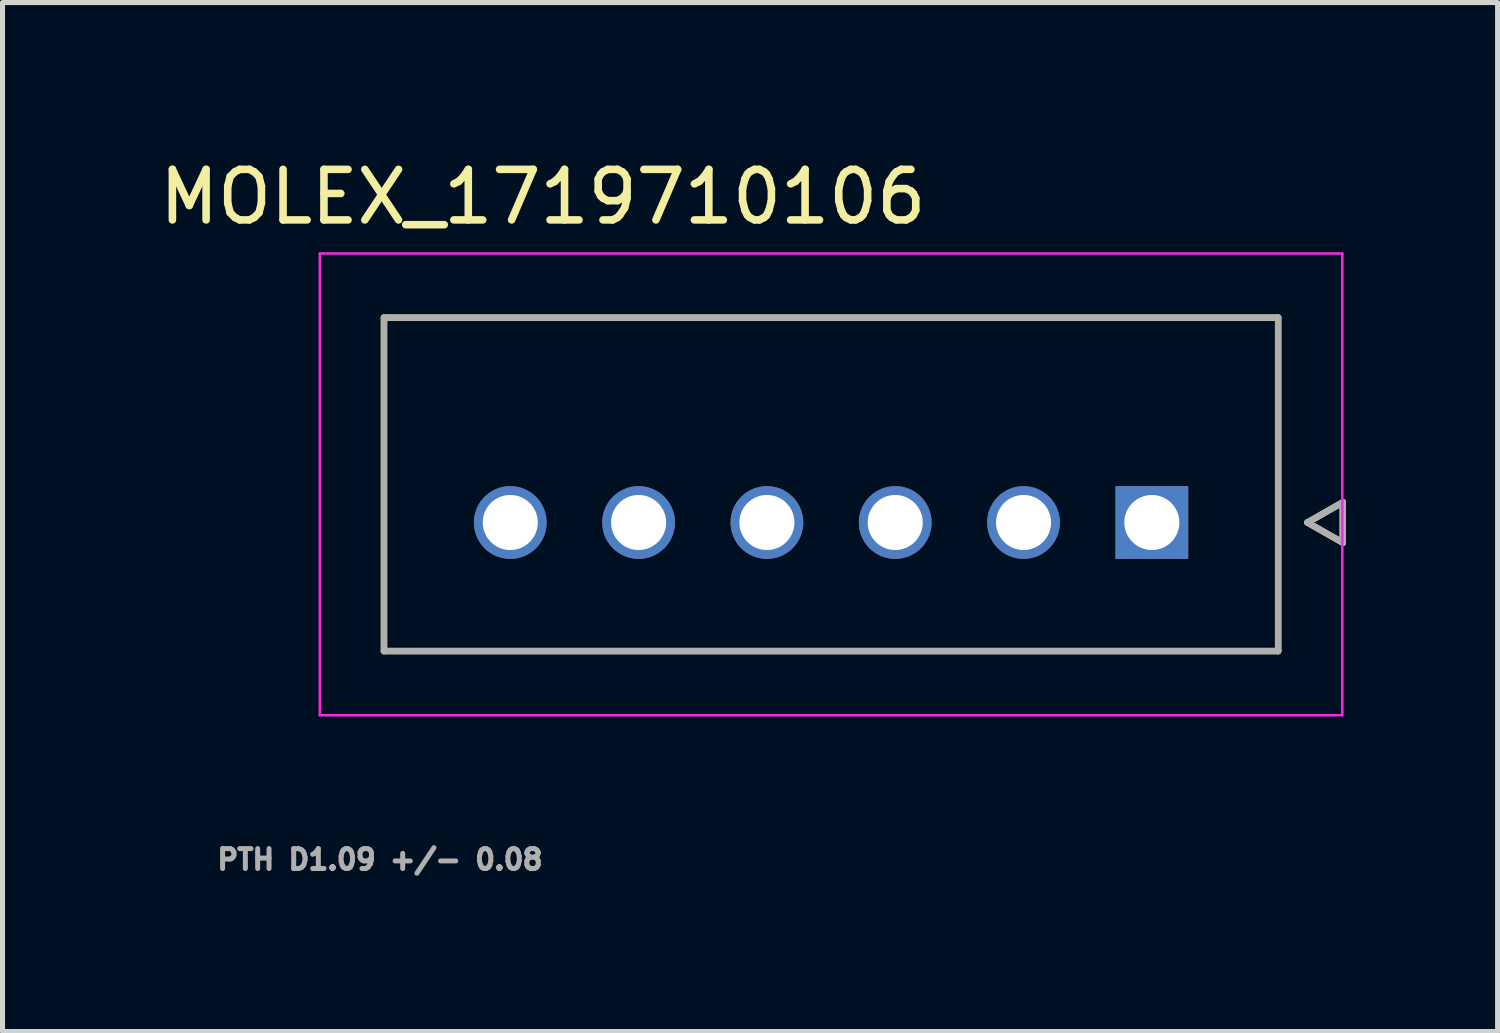
<source format=kicad_pcb>
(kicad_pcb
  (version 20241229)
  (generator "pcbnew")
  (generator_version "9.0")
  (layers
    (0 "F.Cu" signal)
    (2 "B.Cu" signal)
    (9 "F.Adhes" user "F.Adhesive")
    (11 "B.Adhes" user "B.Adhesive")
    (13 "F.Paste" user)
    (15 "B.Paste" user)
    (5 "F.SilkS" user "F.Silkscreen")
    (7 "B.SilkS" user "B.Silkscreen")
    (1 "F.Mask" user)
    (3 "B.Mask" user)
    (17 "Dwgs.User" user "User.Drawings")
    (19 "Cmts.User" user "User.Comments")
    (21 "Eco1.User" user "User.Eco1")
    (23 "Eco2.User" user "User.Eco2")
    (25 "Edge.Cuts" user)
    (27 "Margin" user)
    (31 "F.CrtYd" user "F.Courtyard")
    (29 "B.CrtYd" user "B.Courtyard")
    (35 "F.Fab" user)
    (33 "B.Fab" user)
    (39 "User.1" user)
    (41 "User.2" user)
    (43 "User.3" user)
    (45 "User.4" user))
  (footprint "MOLEX_1719710106"
    (layer "F.Cu")
    (at 19.751 7.293)
    (property "Reference" "MOLEX_1719710106" (at -12.055 -6.445 0) (layer "F.SilkS") (effects (font (size 1 1) (thickness 0.15))))
    (attr through_hole)
    (fp_circle (center -12.7 0) (end -12.302 0) (stroke (width 0.796) (type solid)) (fill no) (layer "F.Mask"))
    (fp_circle (center -10.16 0) (end -9.762 0) (stroke (width 0.796) (type solid)) (fill no) (layer "F.Mask"))
    (fp_circle (center -7.62 0) (end -7.222 0) (stroke (width 0.796) (type solid)) (fill no) (layer "F.Mask"))
    (fp_circle (center -5.08 0) (end -4.682 0) (stroke (width 0.796) (type solid)) (fill no) (layer "F.Mask"))
    (fp_circle (center -2.54 0) (end -2.142 0) (stroke (width 0.796) (type solid)) (fill no) (layer "F.Mask"))
    (fp_poly (pts (xy -0.796 -0.796) (xy 0.796 -0.796) (xy 0.796 0.796) (xy -0.796 0.796)) (stroke (width 0.01) (type solid)) (fill yes) (layer "F.Mask"))
    (fp_circle (center -12.7 0) (end -12.302 0) (stroke (width 0.796) (type solid)) (fill no) (layer "B.Mask"))
    (fp_circle (center -10.16 0) (end -9.762 0) (stroke (width 0.796) (type solid)) (fill no) (layer "B.Mask"))
    (fp_circle (center -7.62 0) (end -7.222 0) (stroke (width 0.796) (type solid)) (fill no) (layer "B.Mask"))
    (fp_circle (center -5.08 0) (end -4.682 0) (stroke (width 0.796) (type solid)) (fill no) (layer "B.Mask"))
    (fp_circle (center -2.54 0) (end -2.142 0) (stroke (width 0.796) (type solid)) (fill no) (layer "B.Mask"))
    (fp_poly (pts (xy -0.796 -0.796) (xy 0.796 -0.796) (xy 0.796 0.796) (xy -0.796 0.796)) (stroke (width 0.01) (type solid)) (fill yes) (layer "B.Mask"))
    (fp_line (start -15.2 -4.055) (end 2.5 -4.055) (stroke (width 0.127) (type solid)) (layer "F.SilkS"))
    (fp_line (start -15.2 2.545) (end -15.2 -4.055) (stroke (width 0.127) (type solid)) (layer "F.SilkS"))
    (fp_line (start 2.5 -4.055) (end 2.5 2.545) (stroke (width 0.127) (type solid)) (layer "F.SilkS"))
    (fp_line (start 2.5 2.545) (end -15.2 2.545) (stroke (width 0.127) (type solid)) (layer "F.SilkS"))
    (fp_line (start 3.08 0) (end 3.78 0.4) (stroke (width 0.127) (type solid)) (layer "F.SilkS"))
    (fp_line (start 3.78 -0.4) (end 3.08 0) (stroke (width 0.127) (type solid)) (layer "F.SilkS"))
    (fp_line (start 3.78 0.4) (end 3.78 -0.4) (stroke (width 0.127) (type solid)) (layer "F.SilkS"))
    (fp_line (start -16.47 -5.325) (end 3.77 -5.325) (stroke (width 0.05) (type solid)) (layer "F.CrtYd"))
    (fp_line (start -16.47 3.815) (end -16.47 -5.325) (stroke (width 0.05) (type solid)) (layer "F.CrtYd"))
    (fp_line (start -16.47 3.815) (end 3.77 3.815) (stroke (width 0.05) (type solid)) (layer "F.CrtYd"))
    (fp_line (start 3.77 -5.325) (end 3.77 3.815) (stroke (width 0.05) (type solid)) (layer "F.CrtYd"))
    (fp_line (start -15.2 -4.055) (end 2.5 -4.055) (stroke (width 0.127) (type solid)) (layer "F.Fab"))
    (fp_line (start -15.2 2.545) (end -15.2 -4.055) (stroke (width 0.127) (type solid)) (layer "F.Fab"))
    (fp_line (start 2.5 -4.055) (end 2.5 2.545) (stroke (width 0.127) (type solid)) (layer "F.Fab"))
    (fp_line (start 2.5 2.545) (end -15.2 2.545) (stroke (width 0.127) (type solid)) (layer "F.Fab"))
    (fp_line (start 3.08 0) (end 3.78 0.4) (stroke (width 0.127) (type solid)) (layer "F.Fab"))
    (fp_line (start 3.78 -0.4) (end 3.08 0) (stroke (width 0.127) (type solid)) (layer "F.Fab"))
    (fp_line (start 3.78 0.4) (end 3.78 -0.4) (stroke (width 0.127) (type solid)) (layer "F.Fab"))
    (fp_text user "PTH D1.09 +/- 0.08" (at -15.28 6.672 0) (layer "F.Fab") (effects (font (size 0.394 0.394) (thickness 0.15))))
    (pad "1" thru_hole rect (at 0 0) (size 1.44 1.44) (drill 1.09) (layers "*.Cu"))
    (pad "2" thru_hole circle (at -2.54 0) (size 1.44 1.44) (drill 1.09) (layers "*.Cu"))
    (pad "3" thru_hole circle (at -5.08 0) (size 1.44 1.44) (drill 1.09) (layers "*.Cu"))
    (pad "4" thru_hole circle (at -7.62 0) (size 1.44 1.44) (drill 1.09) (layers "*.Cu"))
    (pad "5" thru_hole circle (at -10.16 0) (size 1.44 1.44) (drill 1.09) (layers "*.Cu"))
    (pad "6" thru_hole circle (at -12.7 0) (size 1.44 1.44) (drill 1.09) (layers "*.Cu")))
  (gr_rect
    (start -3 -3)
    (end 26.595 17.369)
    (stroke (width 0.1) (type default))
    (fill no)
    (layer "Edge.Cuts")))
</source>
